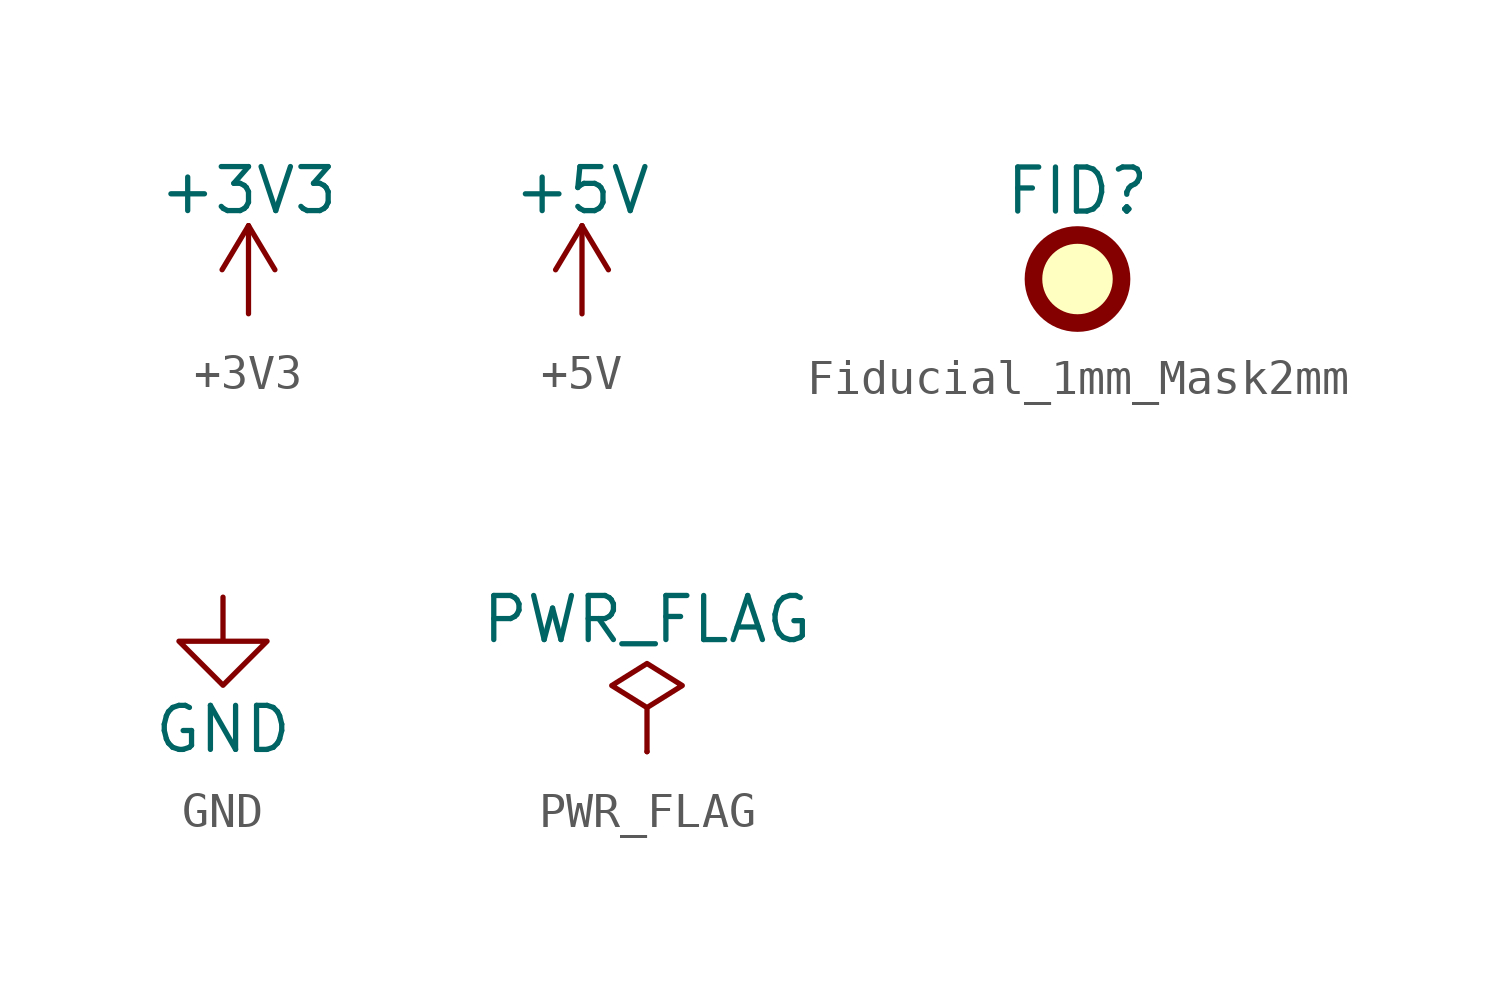
<source format=kicad_sym>
(kicad_symbol_lib
  (version 20201005)
  (generator kicad_symbol_editor)
  (symbol "Flying_Camp_Design:+3V3"
    (power)
    (pin_names
      (offset 0))
    (property "Reference" "#PWR"
      (at 0 -3.81 0)
      (effects (font (size 1.27 1.27)) hide))
    (property "Value" "+3V3"
      (at 0 3.556 0)
      (effects (font (size 1.27 1.27))))
    (symbol "+3V3_0_1"
      (polyline (pts (xy -0.762 1.27) (xy 0 2.54)) (stroke (width 0)) (fill (type none)))
      (polyline (pts (xy 0 0) (xy 0 2.54)) (stroke (width 0)) (fill (type none)))
      (polyline (pts (xy 0 2.54) (xy 0.762 1.27)) (stroke (width 0)) (fill (type none))))
    (symbol "+3V3_1_1"
      (pin power_in line (at 0 0 90) (length 0) hide (name "+3V3" (effects (font (size 1.27 1.27)))) (number "1" (effects (font (size 1.27 1.27)))))))
  (symbol "Flying_Camp_Design:+5V"
    (power)
    (pin_names
      (offset 0))
    (property "Reference" "#PWR"
      (at 0 -3.81 0)
      (effects (font (size 1.27 1.27)) hide))
    (property "Value" "+5V"
      (at 0 3.556 0)
      (effects (font (size 1.27 1.27))))
    (symbol "+5V_0_1"
      (polyline (pts (xy -0.762 1.27) (xy 0 2.54)) (stroke (width 0)) (fill (type none)))
      (polyline (pts (xy 0 0) (xy 0 2.54)) (stroke (width 0)) (fill (type none)))
      (polyline (pts (xy 0 2.54) (xy 0.762 1.27)) (stroke (width 0)) (fill (type none))))
    (symbol "+5V_1_1"
      (pin power_in line (at 0 0 90) (length 0) hide (name "+5V" (effects (font (size 1.27 1.27)))) (number "1" (effects (font (size 1.27 1.27)))))))
  (symbol "Flying_Camp_Design:Fiducial_1mm_Mask2mm"
    (property "Reference" "FID"
      (at 0 2.54 0)
      (effects (font (size 1.27 1.27))))
    (symbol "Fiducial_1mm_Mask2mm_0_1"
      (circle (center 0 0) (radius 1.27) (stroke (width 0.508)) (fill (type background)))))
  (symbol "Flying_Camp_Design:GND"
    (power)
    (pin_names
      (offset 0))
    (property "Reference" "#PWR"
      (at 0 -6.35 0)
      (effects (font (size 1.27 1.27)) hide))
    (property "Value" "GND"
      (at 0 -3.81 0)
      (effects (font (size 1.27 1.27))))
    (symbol "GND_0_1"
      (polyline (pts (xy 0 0) (xy 0 -1.27) (xy 1.27 -1.27) (xy 0 -2.54) (xy -1.27 -1.27) (xy 0 -1.27)) (stroke (width 0)) (fill (type none))))
    (symbol "GND_1_1"
      (pin power_in line (at 0 0 270) (length 0) hide (name "GND" (effects (font (size 1.27 1.27)))) (number "1" (effects (font (size 1.27 1.27)))))))
  (symbol "Flying_Camp_Design:PWR_FLAG"
    (power)
    (pin_numbers hide)
    (pin_names
      (offset 0) hide)
    (property "Reference" "#FLG"
      (at 0 1.905 0)
      (effects (font (size 1.27 1.27)) hide))
    (property "Value" "PWR_FLAG"
      (at 0 3.81 0)
      (effects (font (size 1.27 1.27))))
    (symbol "PWR_FLAG_0_0"
      (pin power_out line (at 0 0 90) (length 0) (name "pwr" (effects (font (size 1.27 1.27)))) (number "1" (effects (font (size 1.27 1.27))))))
    (symbol "PWR_FLAG_0_1"
      (polyline (pts (xy 0 0) (xy 0 1.27) (xy -1.016 1.905) (xy 0 2.54) (xy 1.016 1.905) (xy 0 1.27)) (stroke (width 0)) (fill (type none))))))
</source>
